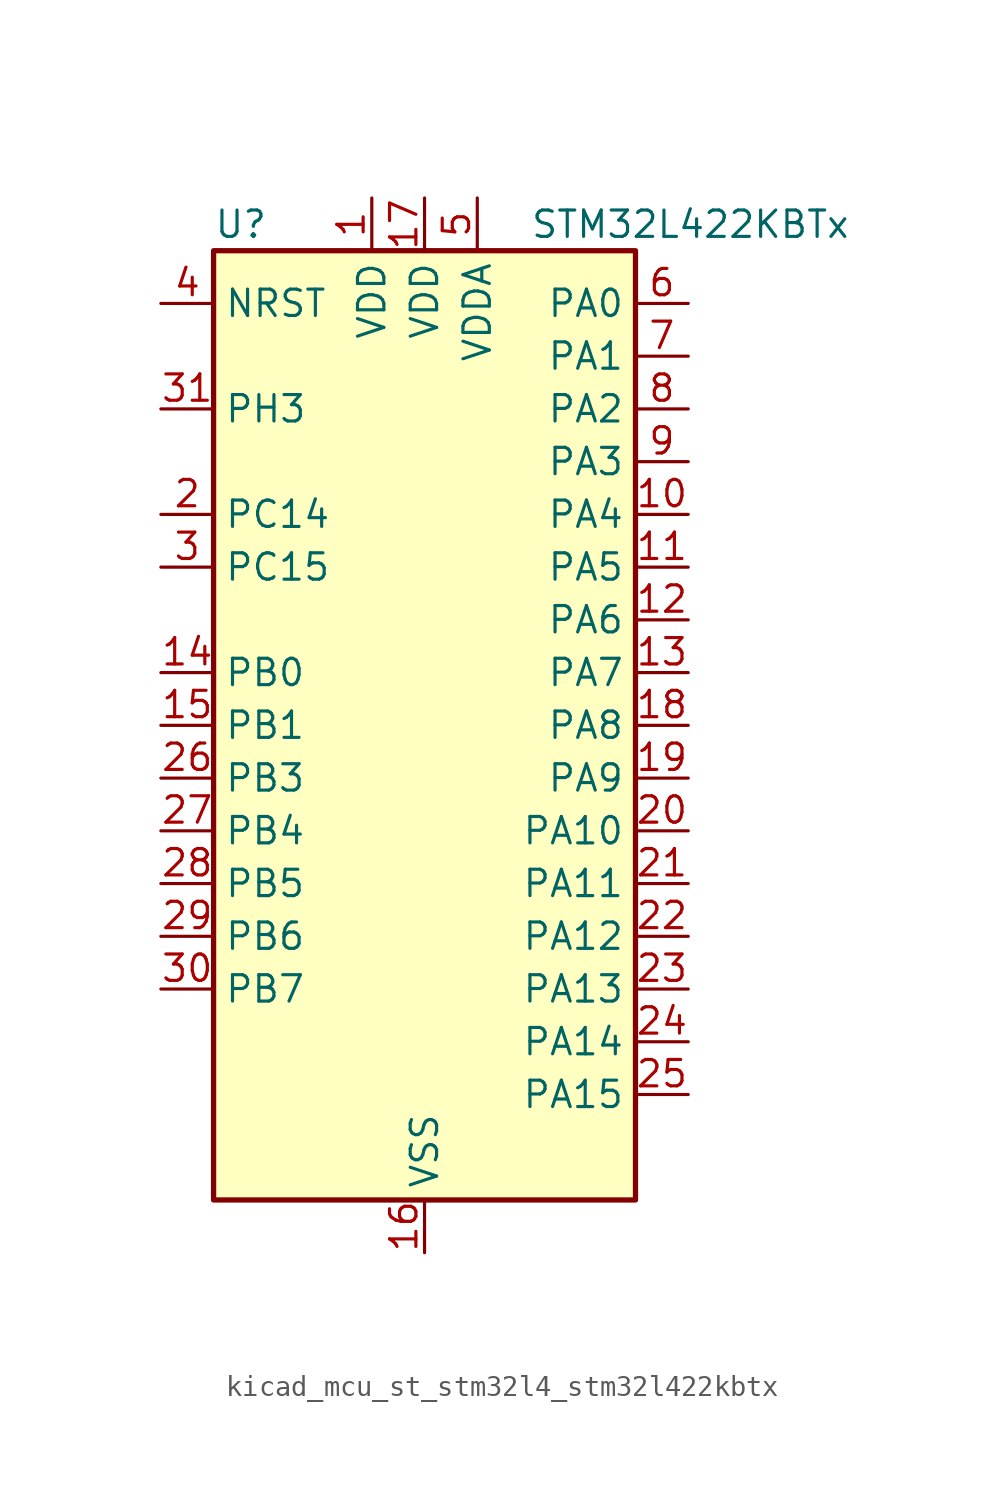
<source format=kicad_sym>
(kicad_symbol_lib
  (version 20220914)
  (generator kicad_symbol_editor)
  (symbol "kicad_mcu_st_stm32l4_stm32l422kbtx"
    (property "Reference" "U"
      (at -10.16 24.13 0)
      (effects (font (size 1.27 1.27)) (justify left)))
    (property "Value" "STM32L422KBTx"
      (at 5.08 24.13 0)
      (effects (font (size 1.27 1.27)) (justify left)))
    (property "ki_locked" ""
      (at 0 0 0)
      (effects (font (size 1.27 1.27))))
    (symbol "kicad_mcu_st_stm32l4_stm32l422kbtx_0_1"
      (rectangle (start -10.16 -22.86) (end 10.16 22.86) (stroke (width 0.254) (type default)) (fill (type background))))
    (symbol "kicad_mcu_st_stm32l4_stm32l422kbtx_1_1"
      (pin power_in line (at -2.54 25.4 270) (length 2.54) (name "VDD" (effects (font (size 1.27 1.27)))) (number "1" (effects (font (size 1.27 1.27)))))
      (pin bidirectional line (at 12.7 10.16 180) (length 2.54) (name "PA4" (effects (font (size 1.27 1.27)))) (number "10" (effects (font (size 1.27 1.27)))) (alternate "ADC1_IN9" bidirectional line) (alternate "ADC2_IN9" bidirectional line) (alternate "COMP1_INM" bidirectional line) (alternate "LPTIM2_OUT" bidirectional line) (alternate "SPI1_NSS" bidirectional line) (alternate "USART2_CK" bidirectional line))
      (pin bidirectional line (at 12.7 7.62 180) (length 2.54) (name "PA5" (effects (font (size 1.27 1.27)))) (number "11" (effects (font (size 1.27 1.27)))) (alternate "ADC1_IN10" bidirectional line) (alternate "ADC2_IN10" bidirectional line) (alternate "COMP1_INM" bidirectional line) (alternate "LPTIM2_ETR" bidirectional line) (alternate "SPI1_SCK" bidirectional line) (alternate "TIM2_CH1" bidirectional line) (alternate "TIM2_ETR" bidirectional line))
      (pin bidirectional line (at 12.7 5.08 180) (length 2.54) (name "PA6" (effects (font (size 1.27 1.27)))) (number "12" (effects (font (size 1.27 1.27)))) (alternate "ADC1_IN11" bidirectional line) (alternate "ADC2_IN11" bidirectional line) (alternate "COMP1_OUT" bidirectional line) (alternate "LPUART1_CTS" bidirectional line) (alternate "QUADSPI_BK1_IO3" bidirectional line) (alternate "SPI1_MISO" bidirectional line) (alternate "TIM16_CH1" bidirectional line) (alternate "TIM1_BKIN" bidirectional line))
      (pin bidirectional line (at 12.7 2.54 180) (length 2.54) (name "PA7" (effects (font (size 1.27 1.27)))) (number "13" (effects (font (size 1.27 1.27)))) (alternate "ADC1_IN12" bidirectional line) (alternate "ADC2_IN12" bidirectional line) (alternate "I2C3_SCL" bidirectional line) (alternate "QUADSPI_BK1_IO2" bidirectional line) (alternate "SPI1_MOSI" bidirectional line) (alternate "TIM1_CH1N" bidirectional line))
      (pin bidirectional line (at -12.7 2.54 0) (length 2.54) (name "PB0" (effects (font (size 1.27 1.27)))) (number "14" (effects (font (size 1.27 1.27)))) (alternate "ADC1_IN15" bidirectional line) (alternate "ADC2_IN15" bidirectional line) (alternate "COMP1_OUT" bidirectional line) (alternate "QUADSPI_BK1_IO1" bidirectional line) (alternate "SPI1_NSS" bidirectional line) (alternate "SYS_TRACED0" bidirectional line) (alternate "TIM1_CH2N" bidirectional line))
      (pin bidirectional line (at -12.7 0 0) (length 2.54) (name "PB1" (effects (font (size 1.27 1.27)))) (number "15" (effects (font (size 1.27 1.27)))) (alternate "ADC1_IN16" bidirectional line) (alternate "ADC2_IN16" bidirectional line) (alternate "COMP1_INM" bidirectional line) (alternate "LPTIM2_IN1" bidirectional line) (alternate "LPUART1_DE" bidirectional line) (alternate "LPUART1_RTS" bidirectional line) (alternate "QUADSPI_BK1_IO0" bidirectional line) (alternate "SYS_TRACED1" bidirectional line) (alternate "TIM1_CH3N" bidirectional line))
      (pin power_in line (at 0 -25.4 90) (length 2.54) (name "VSS" (effects (font (size 1.27 1.27)))) (number "16" (effects (font (size 1.27 1.27)))))
      (pin power_in line (at 0 25.4 270) (length 2.54) (name "VDD" (effects (font (size 1.27 1.27)))) (number "17" (effects (font (size 1.27 1.27)))))
      (pin bidirectional line (at 12.7 0 180) (length 2.54) (name "PA8" (effects (font (size 1.27 1.27)))) (number "18" (effects (font (size 1.27 1.27)))) (alternate "LPTIM2_OUT" bidirectional line) (alternate "RCC_MCO" bidirectional line) (alternate "TIM1_CH1" bidirectional line) (alternate "USART1_CK" bidirectional line))
      (pin bidirectional line (at 12.7 -2.54 180) (length 2.54) (name "PA9" (effects (font (size 1.27 1.27)))) (number "19" (effects (font (size 1.27 1.27)))) (alternate "I2C1_SCL" bidirectional line) (alternate "TIM15_BKIN" bidirectional line) (alternate "TIM1_CH2" bidirectional line) (alternate "USART1_TX" bidirectional line))
      (pin bidirectional line (at -12.7 10.16 0) (length 2.54) (name "PC14" (effects (font (size 1.27 1.27)))) (number "2" (effects (font (size 1.27 1.27)))) (alternate "RCC_OSC32_IN" bidirectional line))
      (pin bidirectional line (at 12.7 -5.08 180) (length 2.54) (name "PA10" (effects (font (size 1.27 1.27)))) (number "20" (effects (font (size 1.27 1.27)))) (alternate "CRS_SYNC" bidirectional line) (alternate "I2C1_SDA" bidirectional line) (alternate "TIM1_CH3" bidirectional line) (alternate "USART1_RX" bidirectional line))
      (pin bidirectional line (at 12.7 -7.62 180) (length 2.54) (name "PA11" (effects (font (size 1.27 1.27)))) (number "21" (effects (font (size 1.27 1.27)))) (alternate "ADC1_EXTI11" bidirectional line) (alternate "ADC2_EXTI11" bidirectional line) (alternate "COMP1_OUT" bidirectional line) (alternate "SPI1_MISO" bidirectional line) (alternate "TIM1_BKIN2" bidirectional line) (alternate "TIM1_BKIN2_COMP1" bidirectional line) (alternate "TIM1_CH4" bidirectional line) (alternate "USART1_CTS" bidirectional line) (alternate "USB_DM" bidirectional line))
      (pin bidirectional line (at 12.7 -10.16 180) (length 2.54) (name "PA12" (effects (font (size 1.27 1.27)))) (number "22" (effects (font (size 1.27 1.27)))) (alternate "SPI1_MOSI" bidirectional line) (alternate "TIM1_ETR" bidirectional line) (alternate "USART1_DE" bidirectional line) (alternate "USART1_RTS" bidirectional line) (alternate "USB_DP" bidirectional line))
      (pin bidirectional line (at 12.7 -12.7 180) (length 2.54) (name "PA13" (effects (font (size 1.27 1.27)))) (number "23" (effects (font (size 1.27 1.27)))) (alternate "IR_OUT" bidirectional line) (alternate "SYS_JTMS-SWDIO" bidirectional line) (alternate "USB_NOE" bidirectional line))
      (pin bidirectional line (at 12.7 -15.24 180) (length 2.54) (name "PA14" (effects (font (size 1.27 1.27)))) (number "24" (effects (font (size 1.27 1.27)))) (alternate "I2C1_SMBA" bidirectional line) (alternate "LPTIM1_OUT" bidirectional line) (alternate "SYS_JTCK-SWCLK" bidirectional line))
      (pin bidirectional line (at 12.7 -17.78 180) (length 2.54) (name "PA15" (effects (font (size 1.27 1.27)))) (number "25" (effects (font (size 1.27 1.27)))) (alternate "ADC1_EXTI15" bidirectional line) (alternate "ADC2_EXTI15" bidirectional line) (alternate "SPI1_NSS" bidirectional line) (alternate "SYS_JTDI" bidirectional line) (alternate "TIM2_CH1" bidirectional line) (alternate "TIM2_ETR" bidirectional line) (alternate "USART2_RX" bidirectional line))
      (pin bidirectional line (at -12.7 -2.54 0) (length 2.54) (name "PB3" (effects (font (size 1.27 1.27)))) (number "26" (effects (font (size 1.27 1.27)))) (alternate "SPI1_SCK" bidirectional line) (alternate "SYS_JTDO-SWO" bidirectional line) (alternate "TIM2_CH2" bidirectional line) (alternate "USART1_DE" bidirectional line) (alternate "USART1_RTS" bidirectional line))
      (pin bidirectional line (at -12.7 -5.08 0) (length 2.54) (name "PB4" (effects (font (size 1.27 1.27)))) (number "27" (effects (font (size 1.27 1.27)))) (alternate "I2C3_SDA" bidirectional line) (alternate "SPI1_MISO" bidirectional line) (alternate "SYS_JTRST" bidirectional line) (alternate "TSC_G2_IO1" bidirectional line) (alternate "USART1_CTS" bidirectional line))
      (pin bidirectional line (at -12.7 -7.62 0) (length 2.54) (name "PB5" (effects (font (size 1.27 1.27)))) (number "28" (effects (font (size 1.27 1.27)))) (alternate "I2C1_SMBA" bidirectional line) (alternate "LPTIM1_IN1" bidirectional line) (alternate "SPI1_MOSI" bidirectional line) (alternate "SYS_TRACED2" bidirectional line) (alternate "TIM16_BKIN" bidirectional line) (alternate "TSC_G2_IO2" bidirectional line) (alternate "USART1_CK" bidirectional line))
      (pin bidirectional line (at -12.7 -10.16 0) (length 2.54) (name "PB6" (effects (font (size 1.27 1.27)))) (number "29" (effects (font (size 1.27 1.27)))) (alternate "I2C1_SCL" bidirectional line) (alternate "LPTIM1_ETR" bidirectional line) (alternate "SYS_TRACED3" bidirectional line) (alternate "TIM16_CH1N" bidirectional line) (alternate "TSC_G2_IO3" bidirectional line) (alternate "USART1_TX" bidirectional line))
      (pin bidirectional line (at -12.7 7.62 0) (length 2.54) (name "PC15" (effects (font (size 1.27 1.27)))) (number "3" (effects (font (size 1.27 1.27)))) (alternate "ADC1_EXTI15" bidirectional line) (alternate "ADC2_EXTI15" bidirectional line) (alternate "RCC_OSC32_OUT" bidirectional line))
      (pin bidirectional line (at -12.7 -12.7 0) (length 2.54) (name "PB7" (effects (font (size 1.27 1.27)))) (number "30" (effects (font (size 1.27 1.27)))) (alternate "I2C1_SDA" bidirectional line) (alternate "LPTIM1_IN2" bidirectional line) (alternate "SYS_PVD_IN" bidirectional line) (alternate "SYS_TRACECLK" bidirectional line) (alternate "TSC_G2_IO4" bidirectional line) (alternate "USART1_RX" bidirectional line))
      (pin bidirectional line (at -12.7 15.24 0) (length 2.54) (name "PH3" (effects (font (size 1.27 1.27)))) (number "31" (effects (font (size 1.27 1.27)))))
      (pin passive line (at 0 -25.4 90) (length 2.54) hide (name "VSS" (effects (font (size 1.27 1.27)))) (number "32" (effects (font (size 1.27 1.27)))))
      (pin input line (at -12.7 20.32 0) (length 2.54) (name "NRST" (effects (font (size 1.27 1.27)))) (number "4" (effects (font (size 1.27 1.27)))))
      (pin power_in line (at 2.54 25.4 270) (length 2.54) (name "VDDA" (effects (font (size 1.27 1.27)))) (number "5" (effects (font (size 1.27 1.27)))))
      (pin bidirectional line (at 12.7 20.32 180) (length 2.54) (name "PA0" (effects (font (size 1.27 1.27)))) (number "6" (effects (font (size 1.27 1.27)))) (alternate "ADC1_IN5" bidirectional line) (alternate "COMP1_INM" bidirectional line) (alternate "COMP1_OUT" bidirectional line) (alternate "OPAMP1_VINP" bidirectional line) (alternate "RCC_CK_IN" bidirectional line) (alternate "RTC_TAMP2" bidirectional line) (alternate "SYS_WKUP1" bidirectional line) (alternate "TIM2_CH1" bidirectional line) (alternate "TIM2_ETR" bidirectional line) (alternate "USART2_CTS" bidirectional line))
      (pin bidirectional line (at 12.7 17.78 180) (length 2.54) (name "PA1" (effects (font (size 1.27 1.27)))) (number "7" (effects (font (size 1.27 1.27)))) (alternate "ADC1_IN6" bidirectional line) (alternate "COMP1_INP" bidirectional line) (alternate "I2C1_SMBA" bidirectional line) (alternate "OPAMP1_VINM" bidirectional line) (alternate "SPI1_SCK" bidirectional line) (alternate "TIM15_CH1N" bidirectional line) (alternate "TIM2_CH2" bidirectional line) (alternate "USART2_DE" bidirectional line) (alternate "USART2_RTS" bidirectional line))
      (pin bidirectional line (at 12.7 15.24 180) (length 2.54) (name "PA2" (effects (font (size 1.27 1.27)))) (number "8" (effects (font (size 1.27 1.27)))) (alternate "ADC1_IN7" bidirectional line) (alternate "ADC2_IN7" bidirectional line) (alternate "LPUART1_TX" bidirectional line) (alternate "QUADSPI_BK1_NCS" bidirectional line) (alternate "RCC_LSCO" bidirectional line) (alternate "SYS_WKUP4" bidirectional line) (alternate "TIM15_CH1" bidirectional line) (alternate "TIM2_CH3" bidirectional line) (alternate "USART2_TX" bidirectional line))
      (pin bidirectional line (at 12.7 12.7 180) (length 2.54) (name "PA3" (effects (font (size 1.27 1.27)))) (number "9" (effects (font (size 1.27 1.27)))) (alternate "ADC1_IN8" bidirectional line) (alternate "ADC2_IN8" bidirectional line) (alternate "LPUART1_RX" bidirectional line) (alternate "OPAMP1_VOUT" bidirectional line) (alternate "QUADSPI_CLK" bidirectional line) (alternate "TIM15_CH2" bidirectional line) (alternate "TIM2_CH4" bidirectional line) (alternate "USART2_RX" bidirectional line)))))
</source>
